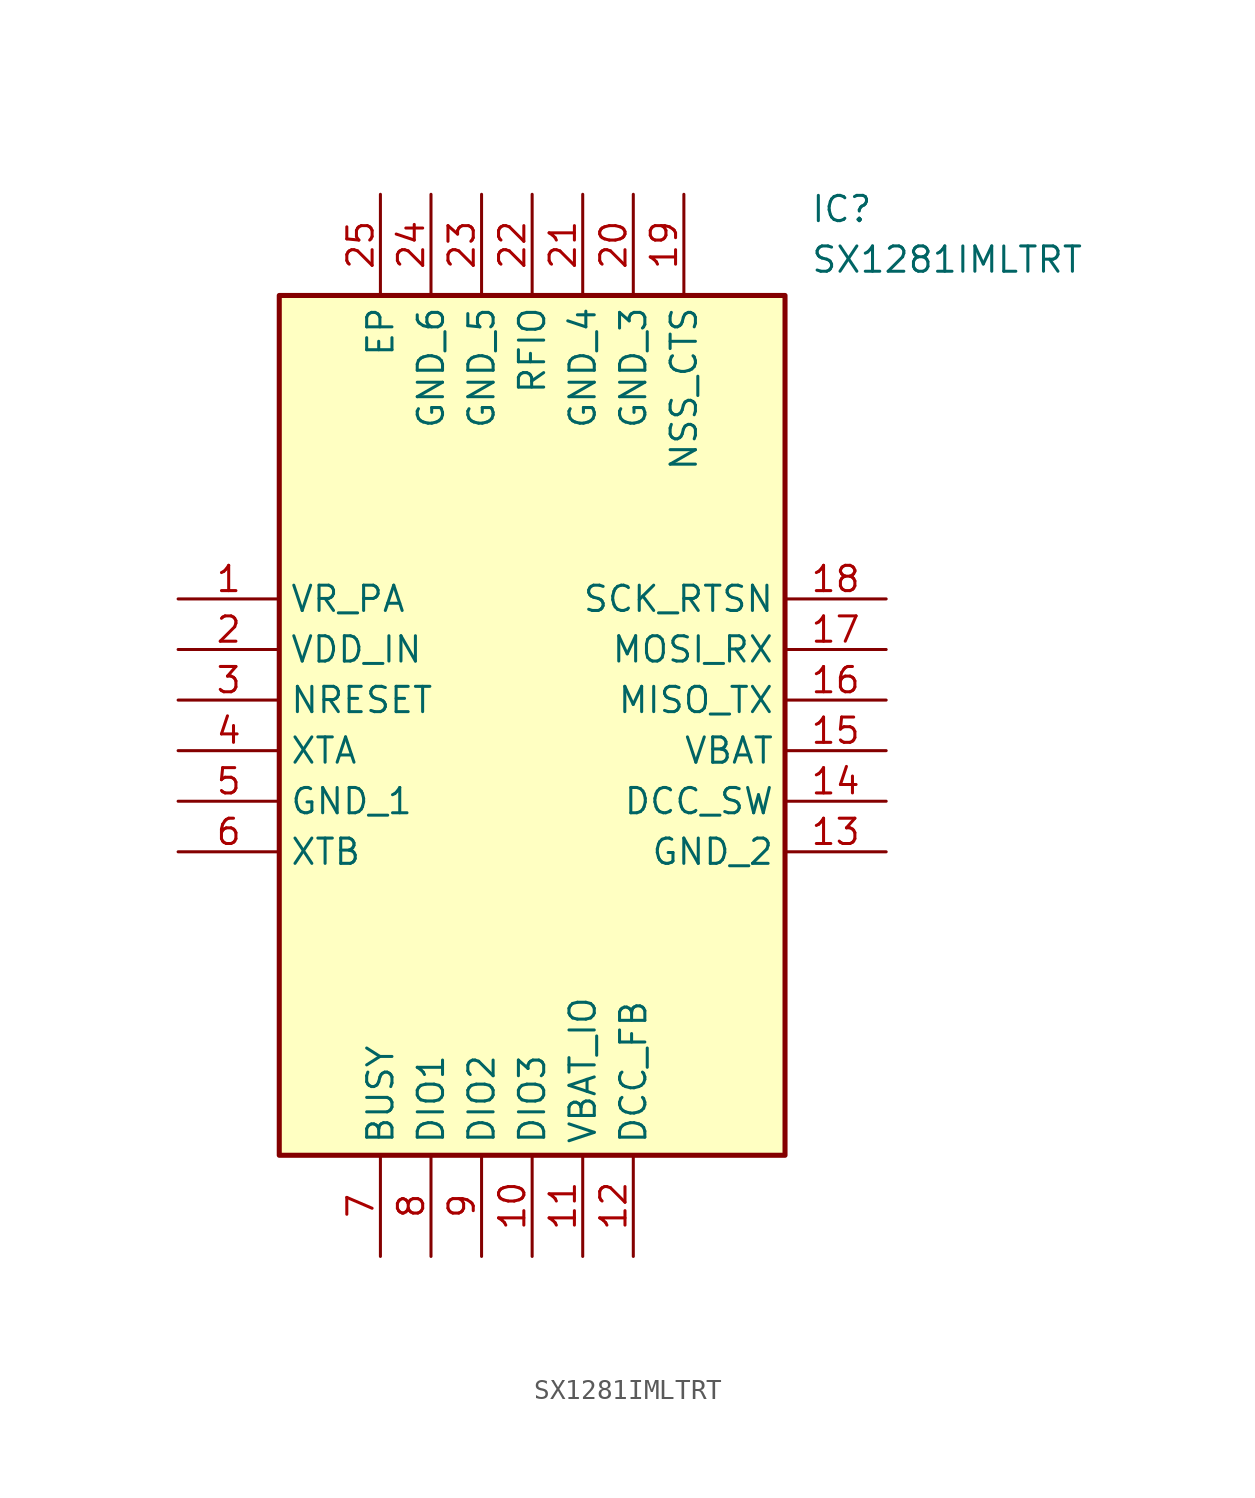
<source format=kicad_sym>
(kicad_symbol_lib
  (version 20220914)
  (generator kicad_symbol_editor)
  (symbol "SX1281IMLTRT"
    (property "Reference" "IC"
      (at 31.75 20.32 0)
      (effects (font (size 1.27 1.27)) (justify left top)))
    (property "Value" "SX1281IMLTRT"
      (at 31.75 17.78 0)
      (effects (font (size 1.27 1.27)) (justify left top)))
    (symbol "SX1281IMLTRT_1_1"
      (rectangle (start 5.08 15.24) (end 30.48 -27.94) (stroke (width 0.254) (type default)) (fill (type background)))
      (pin passive line (at 0 0 0) (length 5.08) (name "VR_PA" (effects (font (size 1.27 1.27)))) (number "1" (effects (font (size 1.27 1.27)))))
      (pin passive line (at 17.78 -33.02 90) (length 5.08) (name "DIO3" (effects (font (size 1.27 1.27)))) (number "10" (effects (font (size 1.27 1.27)))))
      (pin passive line (at 20.32 -33.02 90) (length 5.08) (name "VBAT_IO" (effects (font (size 1.27 1.27)))) (number "11" (effects (font (size 1.27 1.27)))))
      (pin passive line (at 22.86 -33.02 90) (length 5.08) (name "DCC_FB" (effects (font (size 1.27 1.27)))) (number "12" (effects (font (size 1.27 1.27)))))
      (pin passive line (at 35.56 -12.7 180) (length 5.08) (name "GND_2" (effects (font (size 1.27 1.27)))) (number "13" (effects (font (size 1.27 1.27)))))
      (pin passive line (at 35.56 -10.16 180) (length 5.08) (name "DCC_SW" (effects (font (size 1.27 1.27)))) (number "14" (effects (font (size 1.27 1.27)))))
      (pin passive line (at 35.56 -7.62 180) (length 5.08) (name "VBAT" (effects (font (size 1.27 1.27)))) (number "15" (effects (font (size 1.27 1.27)))))
      (pin passive line (at 35.56 -5.08 180) (length 5.08) (name "MISO_TX" (effects (font (size 1.27 1.27)))) (number "16" (effects (font (size 1.27 1.27)))))
      (pin passive line (at 35.56 -2.54 180) (length 5.08) (name "MOSI_RX" (effects (font (size 1.27 1.27)))) (number "17" (effects (font (size 1.27 1.27)))))
      (pin passive line (at 35.56 0 180) (length 5.08) (name "SCK_RTSN" (effects (font (size 1.27 1.27)))) (number "18" (effects (font (size 1.27 1.27)))))
      (pin passive line (at 25.4 20.32 270) (length 5.08) (name "NSS_CTS" (effects (font (size 1.27 1.27)))) (number "19" (effects (font (size 1.27 1.27)))))
      (pin passive line (at 0 -2.54 0) (length 5.08) (name "VDD_IN" (effects (font (size 1.27 1.27)))) (number "2" (effects (font (size 1.27 1.27)))))
      (pin passive line (at 22.86 20.32 270) (length 5.08) (name "GND_3" (effects (font (size 1.27 1.27)))) (number "20" (effects (font (size 1.27 1.27)))))
      (pin passive line (at 20.32 20.32 270) (length 5.08) (name "GND_4" (effects (font (size 1.27 1.27)))) (number "21" (effects (font (size 1.27 1.27)))))
      (pin passive line (at 17.78 20.32 270) (length 5.08) (name "RFIO" (effects (font (size 1.27 1.27)))) (number "22" (effects (font (size 1.27 1.27)))))
      (pin passive line (at 15.24 20.32 270) (length 5.08) (name "GND_5" (effects (font (size 1.27 1.27)))) (number "23" (effects (font (size 1.27 1.27)))))
      (pin passive line (at 12.7 20.32 270) (length 5.08) (name "GND_6" (effects (font (size 1.27 1.27)))) (number "24" (effects (font (size 1.27 1.27)))))
      (pin passive line (at 10.16 20.32 270) (length 5.08) (name "EP" (effects (font (size 1.27 1.27)))) (number "25" (effects (font (size 1.27 1.27)))))
      (pin passive line (at 0 -5.08 0) (length 5.08) (name "NRESET" (effects (font (size 1.27 1.27)))) (number "3" (effects (font (size 1.27 1.27)))))
      (pin passive line (at 0 -7.62 0) (length 5.08) (name "XTA" (effects (font (size 1.27 1.27)))) (number "4" (effects (font (size 1.27 1.27)))))
      (pin passive line (at 0 -10.16 0) (length 5.08) (name "GND_1" (effects (font (size 1.27 1.27)))) (number "5" (effects (font (size 1.27 1.27)))))
      (pin passive line (at 0 -12.7 0) (length 5.08) (name "XTB" (effects (font (size 1.27 1.27)))) (number "6" (effects (font (size 1.27 1.27)))))
      (pin passive line (at 10.16 -33.02 90) (length 5.08) (name "BUSY" (effects (font (size 1.27 1.27)))) (number "7" (effects (font (size 1.27 1.27)))))
      (pin passive line (at 12.7 -33.02 90) (length 5.08) (name "DIO1" (effects (font (size 1.27 1.27)))) (number "8" (effects (font (size 1.27 1.27)))))
      (pin passive line (at 15.24 -33.02 90) (length 5.08) (name "DIO2" (effects (font (size 1.27 1.27)))) (number "9" (effects (font (size 1.27 1.27))))))))
</source>
